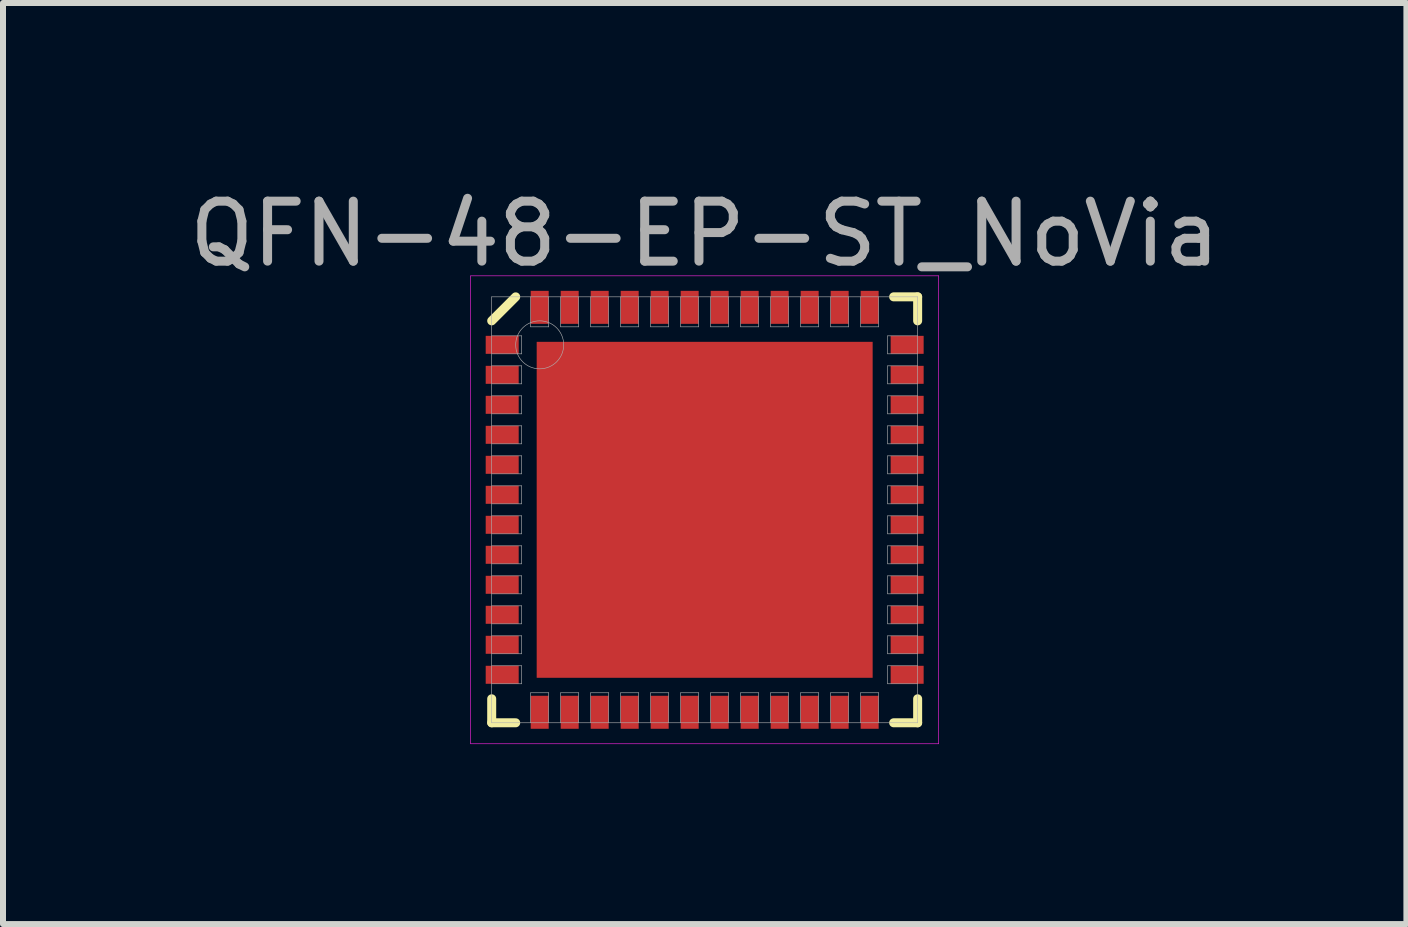
<source format=kicad_pcb>
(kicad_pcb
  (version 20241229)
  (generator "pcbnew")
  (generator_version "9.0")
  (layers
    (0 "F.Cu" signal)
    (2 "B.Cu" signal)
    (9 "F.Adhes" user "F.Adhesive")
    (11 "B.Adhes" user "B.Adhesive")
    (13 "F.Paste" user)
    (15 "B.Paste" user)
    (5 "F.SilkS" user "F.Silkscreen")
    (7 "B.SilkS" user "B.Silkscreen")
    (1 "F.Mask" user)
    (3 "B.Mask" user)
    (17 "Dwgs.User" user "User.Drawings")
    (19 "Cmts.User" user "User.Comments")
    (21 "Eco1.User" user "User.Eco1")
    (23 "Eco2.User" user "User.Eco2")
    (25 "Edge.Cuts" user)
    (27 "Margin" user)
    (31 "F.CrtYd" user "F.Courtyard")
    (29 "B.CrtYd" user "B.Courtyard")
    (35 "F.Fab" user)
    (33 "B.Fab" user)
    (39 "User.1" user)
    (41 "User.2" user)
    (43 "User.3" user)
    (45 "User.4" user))
  (footprint "QFN-48-EP-ST_NoVia"
    (layer "F.Cu")
    (at 8.696 5.448)
    (property "Reference" "QFN-48-EP-ST_NoVia" (at 0 -4.6 0) (layer "F.Fab") (effects (font (size 1 1) (thickness 0.15))))
    (attr through_hole)
    (fp_line (start -3.55 -3.15) (end -3.15 -3.55) (stroke (width 0.15) (type solid)) (layer "F.SilkS"))
    (fp_line (start -3.55 3.55) (end -3.55 3.15) (stroke (width 0.15) (type solid)) (layer "F.SilkS"))
    (fp_line (start -3.15 3.55) (end -3.55 3.55) (stroke (width 0.15) (type solid)) (layer "F.SilkS"))
    (fp_line (start 3.15 -3.55) (end 3.55 -3.55) (stroke (width 0.15) (type solid)) (layer "F.SilkS"))
    (fp_line (start 3.15 3.55) (end 3.55 3.55) (stroke (width 0.15) (type solid)) (layer "F.SilkS"))
    (fp_line (start 3.55 -3.55) (end 3.55 -3.15) (stroke (width 0.15) (type solid)) (layer "F.SilkS"))
    (fp_line (start 3.55 3.55) (end 3.55 3.15) (stroke (width 0.15) (type solid)) (layer "F.SilkS"))
    (fp_line (start -3.9 -3.9) (end 3.9 -3.9) (stroke (width 0.01) (type solid)) (layer "F.CrtYd"))
    (fp_line (start -3.9 3.9) (end -3.9 -3.9) (stroke (width 0.01) (type solid)) (layer "F.CrtYd"))
    (fp_line (start 3.9 -3.9) (end 3.9 3.9) (stroke (width 0.01) (type solid)) (layer "F.CrtYd"))
    (fp_line (start 3.9 3.9) (end -3.9 3.9) (stroke (width 0.01) (type solid)) (layer "F.CrtYd"))
    (fp_line (start -3.55 -3.55) (end 3.55 -3.55) (stroke (width 0.01) (type solid)) (layer "F.Fab"))
    (fp_line (start -3.55 -2.6) (end -3.05 -2.6) (stroke (width 0.01) (type solid)) (layer "F.Fab"))
    (fp_line (start -3.55 -2.1) (end -3.05 -2.1) (stroke (width 0.01) (type solid)) (layer "F.Fab"))
    (fp_line (start -3.55 -1.6) (end -3.05 -1.6) (stroke (width 0.01) (type solid)) (layer "F.Fab"))
    (fp_line (start -3.55 -1.1) (end -3.05 -1.1) (stroke (width 0.01) (type solid)) (layer "F.Fab"))
    (fp_line (start -3.55 -0.6) (end -3.05 -0.6) (stroke (width 0.01) (type solid)) (layer "F.Fab"))
    (fp_line (start -3.55 -0.1) (end -3.05 -0.1) (stroke (width 0.01) (type solid)) (layer "F.Fab"))
    (fp_line (start -3.55 0.4) (end -3.05 0.4) (stroke (width 0.01) (type solid)) (layer "F.Fab"))
    (fp_line (start -3.55 0.9) (end -3.05 0.9) (stroke (width 0.01) (type solid)) (layer "F.Fab"))
    (fp_line (start -3.55 1.4) (end -3.05 1.4) (stroke (width 0.01) (type solid)) (layer "F.Fab"))
    (fp_line (start -3.55 1.9) (end -3.05 1.9) (stroke (width 0.01) (type solid)) (layer "F.Fab"))
    (fp_line (start -3.55 2.4) (end -3.05 2.4) (stroke (width 0.01) (type solid)) (layer "F.Fab"))
    (fp_line (start -3.55 2.9) (end -3.05 2.9) (stroke (width 0.01) (type solid)) (layer "F.Fab"))
    (fp_line (start -3.55 3.55) (end -3.55 -3.55) (stroke (width 0.01) (type solid)) (layer "F.Fab"))
    (fp_line (start -3.05 -2.9) (end -3.55 -2.9) (stroke (width 0.01) (type solid)) (layer "F.Fab"))
    (fp_line (start -3.05 -2.6) (end -3.05 -2.9) (stroke (width 0.01) (type solid)) (layer "F.Fab"))
    (fp_line (start -3.05 -2.4) (end -3.55 -2.4) (stroke (width 0.01) (type solid)) (layer "F.Fab"))
    (fp_line (start -3.05 -2.1) (end -3.05 -2.4) (stroke (width 0.01) (type solid)) (layer "F.Fab"))
    (fp_line (start -3.05 -1.9) (end -3.55 -1.9) (stroke (width 0.01) (type solid)) (layer "F.Fab"))
    (fp_line (start -3.05 -1.6) (end -3.05 -1.9) (stroke (width 0.01) (type solid)) (layer "F.Fab"))
    (fp_line (start -3.05 -1.4) (end -3.55 -1.4) (stroke (width 0.01) (type solid)) (layer "F.Fab"))
    (fp_line (start -3.05 -1.1) (end -3.05 -1.4) (stroke (width 0.01) (type solid)) (layer "F.Fab"))
    (fp_line (start -3.05 -0.9) (end -3.55 -0.9) (stroke (width 0.01) (type solid)) (layer "F.Fab"))
    (fp_line (start -3.05 -0.6) (end -3.05 -0.9) (stroke (width 0.01) (type solid)) (layer "F.Fab"))
    (fp_line (start -3.05 -0.4) (end -3.55 -0.4) (stroke (width 0.01) (type solid)) (layer "F.Fab"))
    (fp_line (start -3.05 -0.1) (end -3.05 -0.4) (stroke (width 0.01) (type solid)) (layer "F.Fab"))
    (fp_line (start -3.05 0.1) (end -3.55 0.1) (stroke (width 0.01) (type solid)) (layer "F.Fab"))
    (fp_line (start -3.05 0.4) (end -3.05 0.1) (stroke (width 0.01) (type solid)) (layer "F.Fab"))
    (fp_line (start -3.05 0.6) (end -3.55 0.6) (stroke (width 0.01) (type solid)) (layer "F.Fab"))
    (fp_line (start -3.05 0.9) (end -3.05 0.6) (stroke (width 0.01) (type solid)) (layer "F.Fab"))
    (fp_line (start -3.05 1.1) (end -3.55 1.1) (stroke (width 0.01) (type solid)) (layer "F.Fab"))
    (fp_line (start -3.05 1.4) (end -3.05 1.1) (stroke (width 0.01) (type solid)) (layer "F.Fab"))
    (fp_line (start -3.05 1.6) (end -3.55 1.6) (stroke (width 0.01) (type solid)) (layer "F.Fab"))
    (fp_line (start -3.05 1.9) (end -3.05 1.6) (stroke (width 0.01) (type solid)) (layer "F.Fab"))
    (fp_line (start -3.05 2.1) (end -3.55 2.1) (stroke (width 0.01) (type solid)) (layer "F.Fab"))
    (fp_line (start -3.05 2.4) (end -3.05 2.1) (stroke (width 0.01) (type solid)) (layer "F.Fab"))
    (fp_line (start -3.05 2.6) (end -3.55 2.6) (stroke (width 0.01) (type solid)) (layer "F.Fab"))
    (fp_line (start -3.05 2.9) (end -3.05 2.6) (stroke (width 0.01) (type solid)) (layer "F.Fab"))
    (fp_line (start -2.9 -3.55) (end -2.9 -3.05) (stroke (width 0.01) (type solid)) (layer "F.Fab"))
    (fp_line (start -2.9 -3.05) (end -2.6 -3.05) (stroke (width 0.01) (type solid)) (layer "F.Fab"))
    (fp_line (start -2.9 3.05) (end -2.9 3.55) (stroke (width 0.01) (type solid)) (layer "F.Fab"))
    (fp_line (start -2.6 -3.05) (end -2.6 -3.55) (stroke (width 0.01) (type solid)) (layer "F.Fab"))
    (fp_line (start -2.6 3.05) (end -2.9 3.05) (stroke (width 0.01) (type solid)) (layer "F.Fab"))
    (fp_line (start -2.6 3.55) (end -2.6 3.05) (stroke (width 0.01) (type solid)) (layer "F.Fab"))
    (fp_line (start -2.4 -3.55) (end -2.4 -3.05) (stroke (width 0.01) (type solid)) (layer "F.Fab"))
    (fp_line (start -2.4 -3.05) (end -2.1 -3.05) (stroke (width 0.01) (type solid)) (layer "F.Fab"))
    (fp_line (start -2.4 3.05) (end -2.4 3.55) (stroke (width 0.01) (type solid)) (layer "F.Fab"))
    (fp_line (start -2.1 -3.05) (end -2.1 -3.55) (stroke (width 0.01) (type solid)) (layer "F.Fab"))
    (fp_line (start -2.1 3.05) (end -2.4 3.05) (stroke (width 0.01) (type solid)) (layer "F.Fab"))
    (fp_line (start -2.1 3.55) (end -2.1 3.05) (stroke (width 0.01) (type solid)) (layer "F.Fab"))
    (fp_line (start -1.9 -3.55) (end -1.9 -3.05) (stroke (width 0.01) (type solid)) (layer "F.Fab"))
    (fp_line (start -1.9 -3.05) (end -1.6 -3.05) (stroke (width 0.01) (type solid)) (layer "F.Fab"))
    (fp_line (start -1.9 3.05) (end -1.9 3.55) (stroke (width 0.01) (type solid)) (layer "F.Fab"))
    (fp_line (start -1.6 -3.05) (end -1.6 -3.55) (stroke (width 0.01) (type solid)) (layer "F.Fab"))
    (fp_line (start -1.6 3.05) (end -1.9 3.05) (stroke (width 0.01) (type solid)) (layer "F.Fab"))
    (fp_line (start -1.6 3.55) (end -1.6 3.05) (stroke (width 0.01) (type solid)) (layer "F.Fab"))
    (fp_line (start -1.4 -3.55) (end -1.4 -3.05) (stroke (width 0.01) (type solid)) (layer "F.Fab"))
    (fp_line (start -1.4 -3.05) (end -1.1 -3.05) (stroke (width 0.01) (type solid)) (layer "F.Fab"))
    (fp_line (start -1.4 3.05) (end -1.4 3.55) (stroke (width 0.01) (type solid)) (layer "F.Fab"))
    (fp_line (start -1.1 -3.05) (end -1.1 -3.55) (stroke (width 0.01) (type solid)) (layer "F.Fab"))
    (fp_line (start -1.1 3.05) (end -1.4 3.05) (stroke (width 0.01) (type solid)) (layer "F.Fab"))
    (fp_line (start -1.1 3.55) (end -1.1 3.05) (stroke (width 0.01) (type solid)) (layer "F.Fab"))
    (fp_line (start -0.9 -3.55) (end -0.9 -3.05) (stroke (width 0.01) (type solid)) (layer "F.Fab"))
    (fp_line (start -0.9 -3.05) (end -0.6 -3.05) (stroke (width 0.01) (type solid)) (layer "F.Fab"))
    (fp_line (start -0.9 3.05) (end -0.9 3.55) (stroke (width 0.01) (type solid)) (layer "F.Fab"))
    (fp_line (start -0.6 -3.05) (end -0.6 -3.55) (stroke (width 0.01) (type solid)) (layer "F.Fab"))
    (fp_line (start -0.6 3.05) (end -0.9 3.05) (stroke (width 0.01) (type solid)) (layer "F.Fab"))
    (fp_line (start -0.6 3.55) (end -0.6 3.05) (stroke (width 0.01) (type solid)) (layer "F.Fab"))
    (fp_line (start -0.4 -3.55) (end -0.4 -3.05) (stroke (width 0.01) (type solid)) (layer "F.Fab"))
    (fp_line (start -0.4 -3.05) (end -0.1 -3.05) (stroke (width 0.01) (type solid)) (layer "F.Fab"))
    (fp_line (start -0.4 3.05) (end -0.4 3.55) (stroke (width 0.01) (type solid)) (layer "F.Fab"))
    (fp_line (start -0.1 -3.05) (end -0.1 -3.55) (stroke (width 0.01) (type solid)) (layer "F.Fab"))
    (fp_line (start -0.1 3.05) (end -0.4 3.05) (stroke (width 0.01) (type solid)) (layer "F.Fab"))
    (fp_line (start -0.1 3.55) (end -0.1 3.05) (stroke (width 0.01) (type solid)) (layer "F.Fab"))
    (fp_line (start 0.1 -3.55) (end 0.1 -3.05) (stroke (width 0.01) (type solid)) (layer "F.Fab"))
    (fp_line (start 0.1 -3.05) (end 0.4 -3.05) (stroke (width 0.01) (type solid)) (layer "F.Fab"))
    (fp_line (start 0.1 3.05) (end 0.1 3.55) (stroke (width 0.01) (type solid)) (layer "F.Fab"))
    (fp_line (start 0.4 -3.05) (end 0.4 -3.55) (stroke (width 0.01) (type solid)) (layer "F.Fab"))
    (fp_line (start 0.4 3.05) (end 0.1 3.05) (stroke (width 0.01) (type solid)) (layer "F.Fab"))
    (fp_line (start 0.4 3.55) (end 0.4 3.05) (stroke (width 0.01) (type solid)) (layer "F.Fab"))
    (fp_line (start 0.6 -3.55) (end 0.6 -3.05) (stroke (width 0.01) (type solid)) (layer "F.Fab"))
    (fp_line (start 0.6 -3.05) (end 0.9 -3.05) (stroke (width 0.01) (type solid)) (layer "F.Fab"))
    (fp_line (start 0.6 3.05) (end 0.6 3.55) (stroke (width 0.01) (type solid)) (layer "F.Fab"))
    (fp_line (start 0.9 -3.05) (end 0.9 -3.55) (stroke (width 0.01) (type solid)) (layer "F.Fab"))
    (fp_line (start 0.9 3.05) (end 0.6 3.05) (stroke (width 0.01) (type solid)) (layer "F.Fab"))
    (fp_line (start 0.9 3.55) (end 0.9 3.05) (stroke (width 0.01) (type solid)) (layer "F.Fab"))
    (fp_line (start 1.1 -3.55) (end 1.1 -3.05) (stroke (width 0.01) (type solid)) (layer "F.Fab"))
    (fp_line (start 1.1 -3.05) (end 1.4 -3.05) (stroke (width 0.01) (type solid)) (layer "F.Fab"))
    (fp_line (start 1.1 3.05) (end 1.1 3.55) (stroke (width 0.01) (type solid)) (layer "F.Fab"))
    (fp_line (start 1.4 -3.05) (end 1.4 -3.55) (stroke (width 0.01) (type solid)) (layer "F.Fab"))
    (fp_line (start 1.4 3.05) (end 1.1 3.05) (stroke (width 0.01) (type solid)) (layer "F.Fab"))
    (fp_line (start 1.4 3.55) (end 1.4 3.05) (stroke (width 0.01) (type solid)) (layer "F.Fab"))
    (fp_line (start 1.6 -3.55) (end 1.6 -3.05) (stroke (width 0.01) (type solid)) (layer "F.Fab"))
    (fp_line (start 1.6 -3.05) (end 1.9 -3.05) (stroke (width 0.01) (type solid)) (layer "F.Fab"))
    (fp_line (start 1.6 3.05) (end 1.6 3.55) (stroke (width 0.01) (type solid)) (layer "F.Fab"))
    (fp_line (start 1.9 -3.05) (end 1.9 -3.55) (stroke (width 0.01) (type solid)) (layer "F.Fab"))
    (fp_line (start 1.9 3.05) (end 1.6 3.05) (stroke (width 0.01) (type solid)) (layer "F.Fab"))
    (fp_line (start 1.9 3.55) (end 1.9 3.05) (stroke (width 0.01) (type solid)) (layer "F.Fab"))
    (fp_line (start 2.1 -3.55) (end 2.1 -3.05) (stroke (width 0.01) (type solid)) (layer "F.Fab"))
    (fp_line (start 2.1 -3.05) (end 2.4 -3.05) (stroke (width 0.01) (type solid)) (layer "F.Fab"))
    (fp_line (start 2.1 3.05) (end 2.1 3.55) (stroke (width 0.01) (type solid)) (layer "F.Fab"))
    (fp_line (start 2.4 -3.05) (end 2.4 -3.55) (stroke (width 0.01) (type solid)) (layer "F.Fab"))
    (fp_line (start 2.4 3.05) (end 2.1 3.05) (stroke (width 0.01) (type solid)) (layer "F.Fab"))
    (fp_line (start 2.4 3.55) (end 2.4 3.05) (stroke (width 0.01) (type solid)) (layer "F.Fab"))
    (fp_line (start 2.6 -3.55) (end 2.6 -3.05) (stroke (width 0.01) (type solid)) (layer "F.Fab"))
    (fp_line (start 2.6 -3.05) (end 2.9 -3.05) (stroke (width 0.01) (type solid)) (layer "F.Fab"))
    (fp_line (start 2.6 3.05) (end 2.6 3.55) (stroke (width 0.01) (type solid)) (layer "F.Fab"))
    (fp_line (start 2.9 -3.05) (end 2.9 -3.55) (stroke (width 0.01) (type solid)) (layer "F.Fab"))
    (fp_line (start 2.9 3.05) (end 2.6 3.05) (stroke (width 0.01) (type solid)) (layer "F.Fab"))
    (fp_line (start 2.9 3.55) (end 2.9 3.05) (stroke (width 0.01) (type solid)) (layer "F.Fab"))
    (fp_line (start 3.05 -2.9) (end 3.05 -2.6) (stroke (width 0.01) (type solid)) (layer "F.Fab"))
    (fp_line (start 3.05 -2.6) (end 3.55 -2.6) (stroke (width 0.01) (type solid)) (layer "F.Fab"))
    (fp_line (start 3.05 -2.4) (end 3.05 -2.1) (stroke (width 0.01) (type solid)) (layer "F.Fab"))
    (fp_line (start 3.05 -2.1) (end 3.55 -2.1) (stroke (width 0.01) (type solid)) (layer "F.Fab"))
    (fp_line (start 3.05 -1.9) (end 3.05 -1.6) (stroke (width 0.01) (type solid)) (layer "F.Fab"))
    (fp_line (start 3.05 -1.6) (end 3.55 -1.6) (stroke (width 0.01) (type solid)) (layer "F.Fab"))
    (fp_line (start 3.05 -1.4) (end 3.05 -1.1) (stroke (width 0.01) (type solid)) (layer "F.Fab"))
    (fp_line (start 3.05 -1.1) (end 3.55 -1.1) (stroke (width 0.01) (type solid)) (layer "F.Fab"))
    (fp_line (start 3.05 -0.9) (end 3.05 -0.6) (stroke (width 0.01) (type solid)) (layer "F.Fab"))
    (fp_line (start 3.05 -0.6) (end 3.55 -0.6) (stroke (width 0.01) (type solid)) (layer "F.Fab"))
    (fp_line (start 3.05 -0.4) (end 3.05 -0.1) (stroke (width 0.01) (type solid)) (layer "F.Fab"))
    (fp_line (start 3.05 -0.1) (end 3.55 -0.1) (stroke (width 0.01) (type solid)) (layer "F.Fab"))
    (fp_line (start 3.05 0.1) (end 3.05 0.4) (stroke (width 0.01) (type solid)) (layer "F.Fab"))
    (fp_line (start 3.05 0.4) (end 3.55 0.4) (stroke (width 0.01) (type solid)) (layer "F.Fab"))
    (fp_line (start 3.05 0.6) (end 3.05 0.9) (stroke (width 0.01) (type solid)) (layer "F.Fab"))
    (fp_line (start 3.05 0.9) (end 3.55 0.9) (stroke (width 0.01) (type solid)) (layer "F.Fab"))
    (fp_line (start 3.05 1.1) (end 3.05 1.4) (stroke (width 0.01) (type solid)) (layer "F.Fab"))
    (fp_line (start 3.05 1.4) (end 3.55 1.4) (stroke (width 0.01) (type solid)) (layer "F.Fab"))
    (fp_line (start 3.05 1.6) (end 3.05 1.9) (stroke (width 0.01) (type solid)) (layer "F.Fab"))
    (fp_line (start 3.05 1.9) (end 3.55 1.9) (stroke (width 0.01) (type solid)) (layer "F.Fab"))
    (fp_line (start 3.05 2.1) (end 3.05 2.4) (stroke (width 0.01) (type solid)) (layer "F.Fab"))
    (fp_line (start 3.05 2.4) (end 3.55 2.4) (stroke (width 0.01) (type solid)) (layer "F.Fab"))
    (fp_line (start 3.05 2.6) (end 3.05 2.9) (stroke (width 0.01) (type solid)) (layer "F.Fab"))
    (fp_line (start 3.05 2.9) (end 3.55 2.9) (stroke (width 0.01) (type solid)) (layer "F.Fab"))
    (fp_line (start 3.55 -3.55) (end 3.55 3.55) (stroke (width 0.01) (type solid)) (layer "F.Fab"))
    (fp_line (start 3.55 -2.9) (end 3.05 -2.9) (stroke (width 0.01) (type solid)) (layer "F.Fab"))
    (fp_line (start 3.55 -2.4) (end 3.05 -2.4) (stroke (width 0.01) (type solid)) (layer "F.Fab"))
    (fp_line (start 3.55 -1.9) (end 3.05 -1.9) (stroke (width 0.01) (type solid)) (layer "F.Fab"))
    (fp_line (start 3.55 -1.4) (end 3.05 -1.4) (stroke (width 0.01) (type solid)) (layer "F.Fab"))
    (fp_line (start 3.55 -0.9) (end 3.05 -0.9) (stroke (width 0.01) (type solid)) (layer "F.Fab"))
    (fp_line (start 3.55 -0.4) (end 3.05 -0.4) (stroke (width 0.01) (type solid)) (layer "F.Fab"))
    (fp_line (start 3.55 0.1) (end 3.05 0.1) (stroke (width 0.01) (type solid)) (layer "F.Fab"))
    (fp_line (start 3.55 0.6) (end 3.05 0.6) (stroke (width 0.01) (type solid)) (layer "F.Fab"))
    (fp_line (start 3.55 1.1) (end 3.05 1.1) (stroke (width 0.01) (type solid)) (layer "F.Fab"))
    (fp_line (start 3.55 1.6) (end 3.05 1.6) (stroke (width 0.01) (type solid)) (layer "F.Fab"))
    (fp_line (start 3.55 2.1) (end 3.05 2.1) (stroke (width 0.01) (type solid)) (layer "F.Fab"))
    (fp_line (start 3.55 2.6) (end 3.05 2.6) (stroke (width 0.01) (type solid)) (layer "F.Fab"))
    (fp_line (start 3.55 3.55) (end -3.55 3.55) (stroke (width 0.01) (type solid)) (layer "F.Fab"))
    (fp_circle (center -2.75 -2.75) (end -2.75 -2.35) (stroke (width 0.01) (type solid)) (fill no) (layer "F.Fab"))
    (pad "" smd rect (at -1.25 -1.25) (size 1 1) (layers "F.Paste"))
    (pad "" smd rect (at -1.25 -1.25) (size 2 2) (layers "F.Mask"))
    (pad "" smd rect (at -1.25 1.25) (size 1 1) (layers "F.Paste"))
    (pad "" smd rect (at -1.25 1.25) (size 2 2) (layers "F.Mask"))
    (pad "" smd rect (at 1.25 -1.25) (size 1 1) (layers "F.Paste"))
    (pad "" smd rect (at 1.25 -1.25) (size 2 2) (layers "F.Mask"))
    (pad "" smd rect (at 1.25 1.25) (size 1 1) (layers "F.Paste"))
    (pad "" smd rect (at 1.25 1.25) (size 2 2) (layers "F.Mask"))
    (pad "1" smd rect (at -3.375 -2.75) (size 0.55 0.3) (layers "F.Cu" "F.Mask" "F.Paste"))
    (pad "2" smd rect (at -3.375 -2.25) (size 0.55 0.3) (layers "F.Cu" "F.Mask" "F.Paste"))
    (pad "3" smd rect (at -3.375 -1.75) (size 0.55 0.3) (layers "F.Cu" "F.Mask" "F.Paste"))
    (pad "4" smd rect (at -3.375 -1.25) (size 0.55 0.3) (layers "F.Cu" "F.Mask" "F.Paste"))
    (pad "5" smd rect (at -3.375 -0.75) (size 0.55 0.3) (layers "F.Cu" "F.Mask" "F.Paste"))
    (pad "6" smd rect (at -3.375 -0.25) (size 0.55 0.3) (layers "F.Cu" "F.Mask" "F.Paste"))
    (pad "7" smd rect (at -3.375 0.25) (size 0.55 0.3) (layers "F.Cu" "F.Mask" "F.Paste"))
    (pad "8" smd rect (at -3.375 0.75) (size 0.55 0.3) (layers "F.Cu" "F.Mask" "F.Paste"))
    (pad "9" smd rect (at -3.375 1.25) (size 0.55 0.3) (layers "F.Cu" "F.Mask" "F.Paste"))
    (pad "10" smd rect (at -3.375 1.75) (size 0.55 0.3) (layers "F.Cu" "F.Mask" "F.Paste"))
    (pad "11" smd rect (at -3.375 2.25) (size 0.55 0.3) (layers "F.Cu" "F.Mask" "F.Paste"))
    (pad "12" smd rect (at -3.375 2.75) (size 0.55 0.3) (layers "F.Cu" "F.Mask" "F.Paste"))
    (pad "13" smd rect (at -2.75 3.375) (size 0.3 0.55) (layers "F.Cu" "F.Mask" "F.Paste"))
    (pad "14" smd rect (at -2.25 3.375) (size 0.3 0.55) (layers "F.Cu" "F.Mask" "F.Paste"))
    (pad "15" smd rect (at -1.75 3.375) (size 0.3 0.55) (layers "F.Cu" "F.Mask" "F.Paste"))
    (pad "16" smd rect (at -1.25 3.375) (size 0.3 0.55) (layers "F.Cu" "F.Mask" "F.Paste"))
    (pad "17" smd rect (at -0.75 3.375) (size 0.3 0.55) (layers "F.Cu" "F.Mask" "F.Paste"))
    (pad "18" smd rect (at -0.25 3.375) (size 0.3 0.55) (layers "F.Cu" "F.Mask" "F.Paste"))
    (pad "19" smd rect (at 0.25 3.375) (size 0.3 0.55) (layers "F.Cu" "F.Mask" "F.Paste"))
    (pad "20" smd rect (at 0.75 3.375) (size 0.3 0.55) (layers "F.Cu" "F.Mask" "F.Paste"))
    (pad "21" smd rect (at 1.25 3.375) (size 0.3 0.55) (layers "F.Cu" "F.Mask" "F.Paste"))
    (pad "22" smd rect (at 1.75 3.375) (size 0.3 0.55) (layers "F.Cu" "F.Mask" "F.Paste"))
    (pad "23" smd rect (at 2.25 3.375) (size 0.3 0.55) (layers "F.Cu" "F.Mask" "F.Paste"))
    (pad "24" smd rect (at 2.75 3.375) (size 0.3 0.55) (layers "F.Cu" "F.Mask" "F.Paste"))
    (pad "25" smd rect (at 3.375 2.75) (size 0.55 0.3) (layers "F.Cu" "F.Mask" "F.Paste"))
    (pad "26" smd rect (at 3.375 2.25) (size 0.55 0.3) (layers "F.Cu" "F.Mask" "F.Paste"))
    (pad "27" smd rect (at 3.375 1.75) (size 0.55 0.3) (layers "F.Cu" "F.Mask" "F.Paste"))
    (pad "28" smd rect (at 3.375 1.25) (size 0.55 0.3) (layers "F.Cu" "F.Mask" "F.Paste"))
    (pad "29" smd rect (at 3.375 0.75) (size 0.55 0.3) (layers "F.Cu" "F.Mask" "F.Paste"))
    (pad "30" smd rect (at 3.375 0.25) (size 0.55 0.3) (layers "F.Cu" "F.Mask" "F.Paste"))
    (pad "31" smd rect (at 3.375 -0.25) (size 0.55 0.3) (layers "F.Cu" "F.Mask" "F.Paste"))
    (pad "32" smd rect (at 3.375 -0.75) (size 0.55 0.3) (layers "F.Cu" "F.Mask" "F.Paste"))
    (pad "33" smd rect (at 3.375 -1.25) (size 0.55 0.3) (layers "F.Cu" "F.Mask" "F.Paste"))
    (pad "34" smd rect (at 3.375 -1.75) (size 0.55 0.3) (layers "F.Cu" "F.Mask" "F.Paste"))
    (pad "35" smd rect (at 3.375 -2.25) (size 0.55 0.3) (layers "F.Cu" "F.Mask" "F.Paste"))
    (pad "36" smd rect (at 3.375 -2.75) (size 0.55 0.3) (layers "F.Cu" "F.Mask" "F.Paste"))
    (pad "37" smd rect (at 2.75 -3.375) (size 0.3 0.55) (layers "F.Cu" "F.Mask" "F.Paste"))
    (pad "38" smd rect (at 2.25 -3.375) (size 0.3 0.55) (layers "F.Cu" "F.Mask" "F.Paste"))
    (pad "39" smd rect (at 1.75 -3.375) (size 0.3 0.55) (layers "F.Cu" "F.Mask" "F.Paste"))
    (pad "40" smd rect (at 1.25 -3.375) (size 0.3 0.55) (layers "F.Cu" "F.Mask" "F.Paste"))
    (pad "41" smd rect (at 0.75 -3.375) (size 0.3 0.55) (layers "F.Cu" "F.Mask" "F.Paste"))
    (pad "42" smd rect (at 0.25 -3.375) (size 0.3 0.55) (layers "F.Cu" "F.Mask" "F.Paste"))
    (pad "43" smd rect (at -0.25 -3.375) (size 0.3 0.55) (layers "F.Cu" "F.Mask" "F.Paste"))
    (pad "44" smd rect (at -0.75 -3.375) (size 0.3 0.55) (layers "F.Cu" "F.Mask" "F.Paste"))
    (pad "45" smd rect (at -1.25 -3.375) (size 0.3 0.55) (layers "F.Cu" "F.Mask" "F.Paste"))
    (pad "46" smd rect (at -1.75 -3.375) (size 0.3 0.55) (layers "F.Cu" "F.Mask" "F.Paste"))
    (pad "47" smd rect (at -2.25 -3.375) (size 0.3 0.55) (layers "F.Cu" "F.Mask" "F.Paste"))
    (pad "48" smd rect (at -2.75 -3.375) (size 0.3 0.55) (layers "F.Cu" "F.Mask" "F.Paste"))
    (pad "EP" smd rect (at 0 0) (size 5.6 5.6) (layers "F.Cu")))
  (gr_rect
    (start -3 -3)
    (end 20.393 12.353)
    (stroke (width 0.1) (type default))
    (fill no)
    (layer "Edge.Cuts")))
</source>
